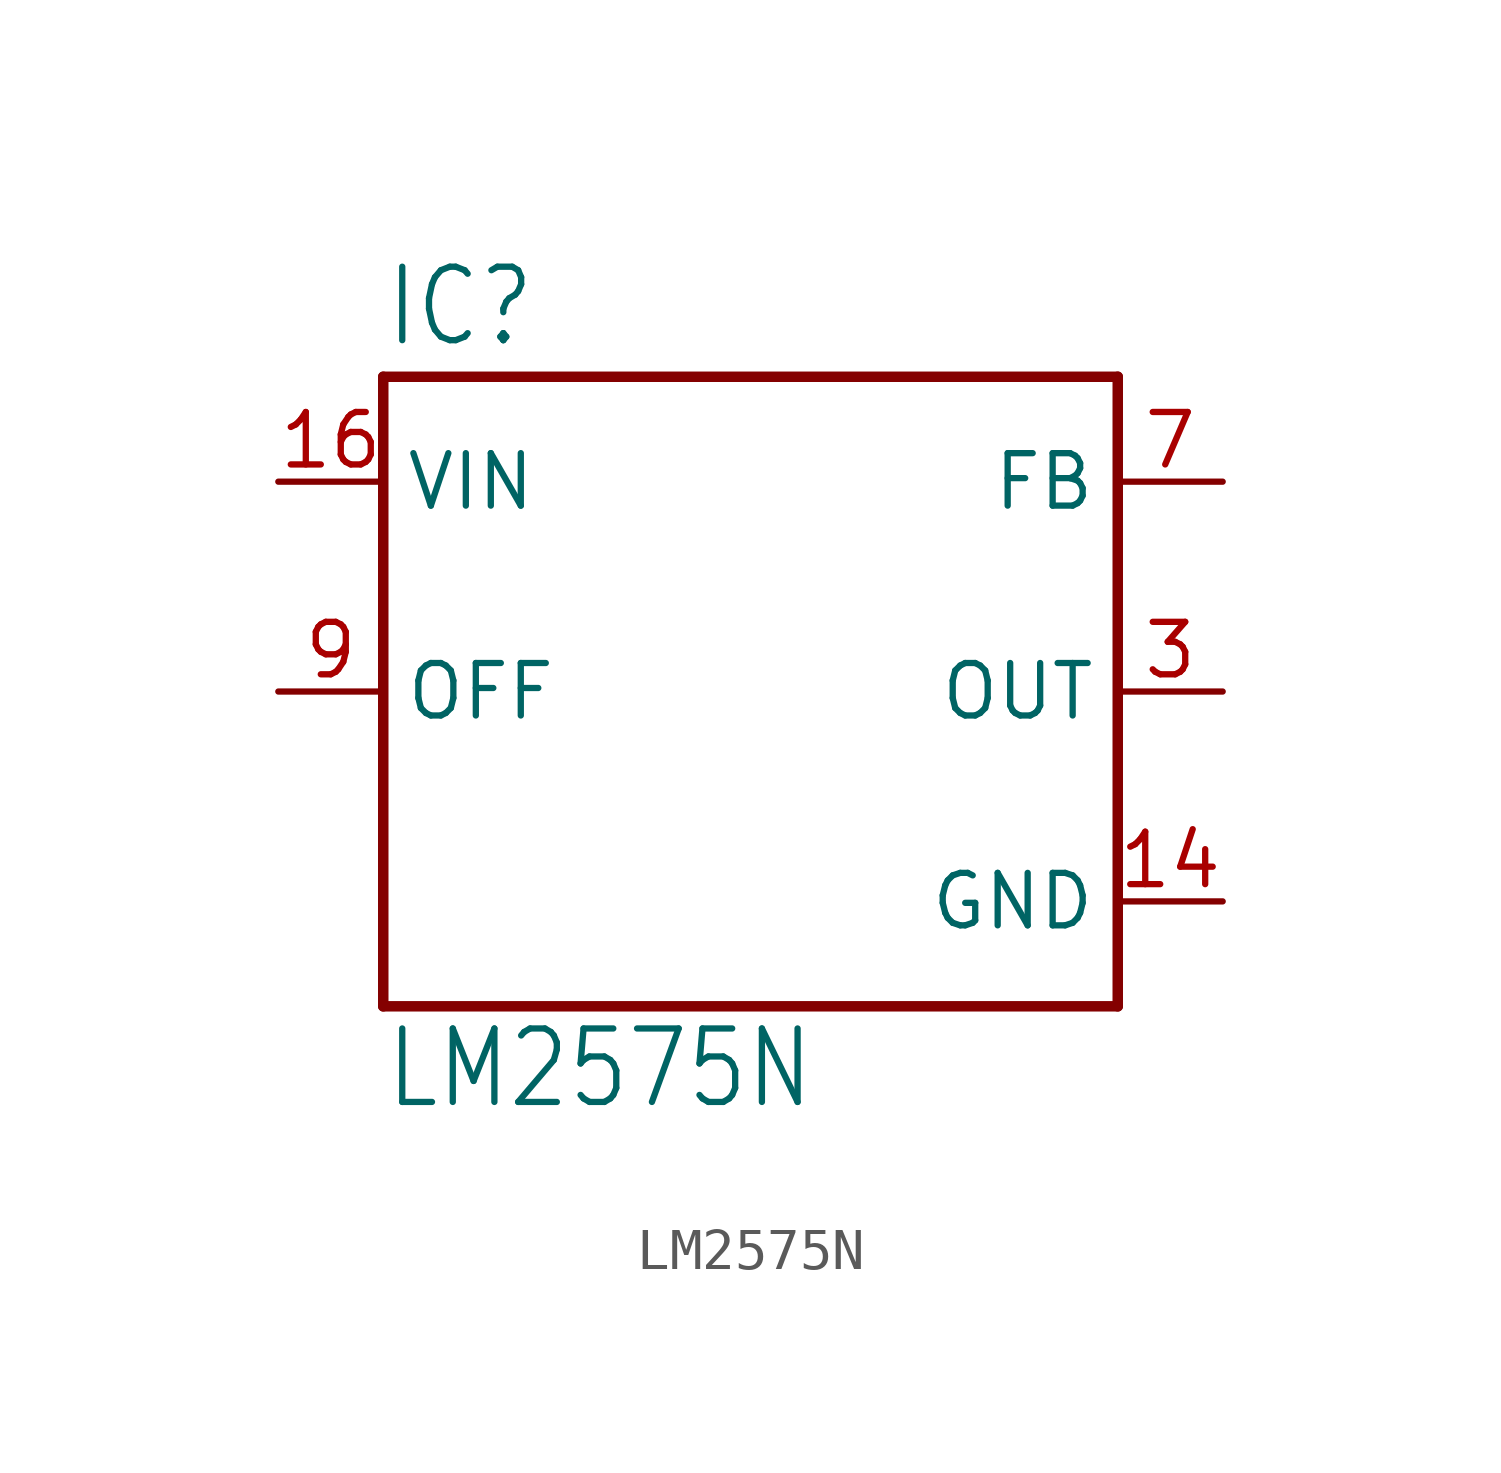
<source format=kicad_sym>
(kicad_symbol_lib
  (version 20211014)
  (generator kicad_symbol_editor)
  (symbol "LM2575N"
    (property "Reference" "IC"
      (at -7.62 8.28 0)
      (effects (font (size 1.778 1.511)) (justify left bottom)))
    (property "Value" "LM2575N"
      (at -7.62 -10.16 0)
      (effects (font (size 1.778 1.511)) (justify left bottom)))
    (property "ki_locked" ""
      (at 0 0 0)
      (effects (font (size 1.27 1.27))))
    (symbol "LM2575N_1_0"
      (polyline (pts (xy -7.62 -7.62) (xy 10.16 -7.62)) (stroke (width 0.254) (type default) (color 0 0 0 0)) (fill (type none)))
      (polyline (pts (xy -7.62 7.62) (xy -7.62 -7.62)) (stroke (width 0.254) (type default) (color 0 0 0 0)) (fill (type none)))
      (polyline (pts (xy 10.16 -7.62) (xy 10.16 7.62)) (stroke (width 0.254) (type default) (color 0 0 0 0)) (fill (type none)))
      (polyline (pts (xy 10.16 7.62) (xy -7.62 7.62)) (stroke (width 0.254) (type default) (color 0 0 0 0)) (fill (type none)))
      (pin power_in line (at 12.7 -5.08 180) (length 2.54) (name "GND" (effects (font (size 1.27 1.27)))) (number "14" (effects (font (size 1.27 1.27)))))
      (pin power_in line (at -10.16 5.08 0) (length 2.54) (name "VIN" (effects (font (size 1.27 1.27)))) (number "16" (effects (font (size 1.27 1.27)))))
      (pin output line (at 12.7 0 180) (length 2.54) (name "OUT" (effects (font (size 1.27 1.27)))) (number "3" (effects (font (size 1.27 1.27)))))
      (pin input line (at 12.7 5.08 180) (length 2.54) (name "FB" (effects (font (size 1.27 1.27)))) (number "7" (effects (font (size 1.27 1.27)))))
      (pin input line (at -10.16 0 0) (length 2.54) (name "OFF" (effects (font (size 1.27 1.27)))) (number "9" (effects (font (size 1.27 1.27))))))))
</source>
